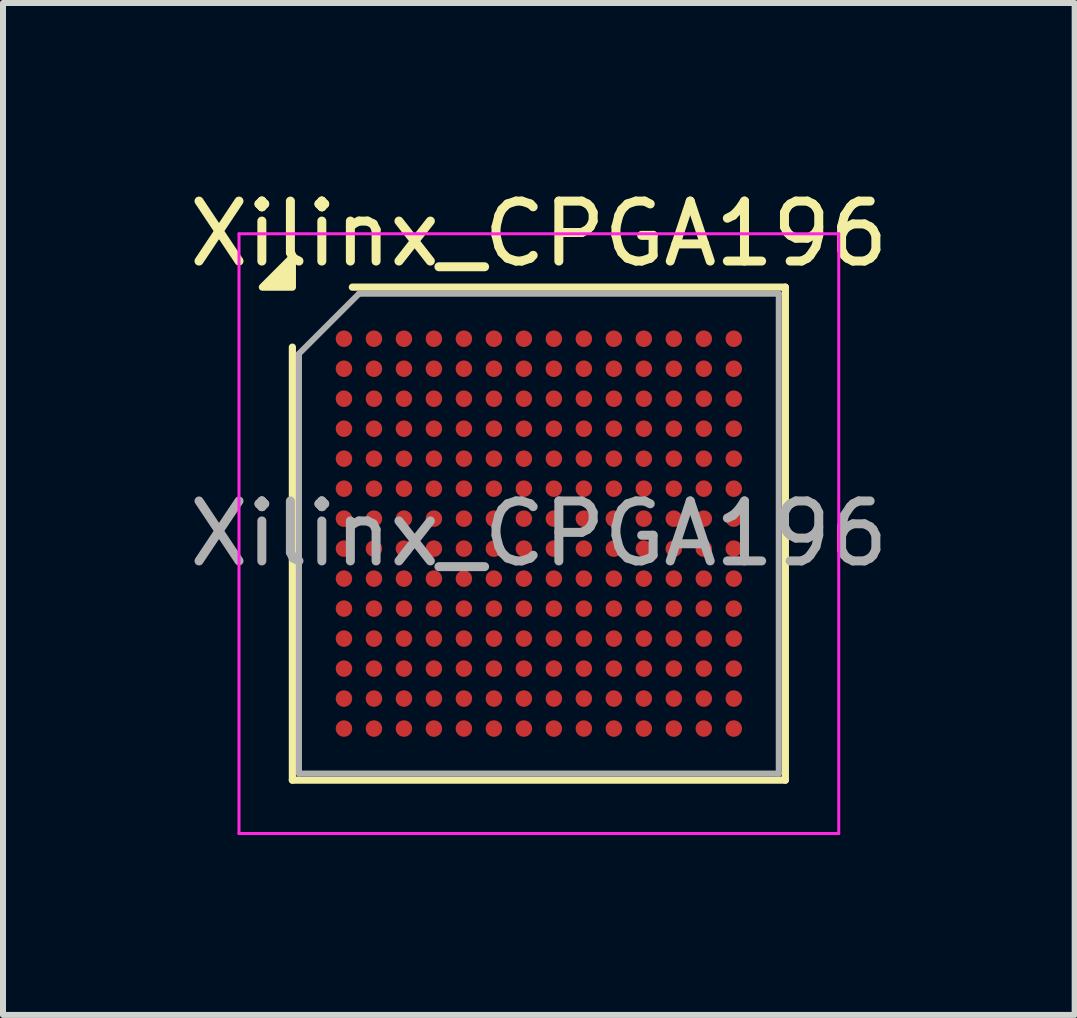
<source format=kicad_pcb>
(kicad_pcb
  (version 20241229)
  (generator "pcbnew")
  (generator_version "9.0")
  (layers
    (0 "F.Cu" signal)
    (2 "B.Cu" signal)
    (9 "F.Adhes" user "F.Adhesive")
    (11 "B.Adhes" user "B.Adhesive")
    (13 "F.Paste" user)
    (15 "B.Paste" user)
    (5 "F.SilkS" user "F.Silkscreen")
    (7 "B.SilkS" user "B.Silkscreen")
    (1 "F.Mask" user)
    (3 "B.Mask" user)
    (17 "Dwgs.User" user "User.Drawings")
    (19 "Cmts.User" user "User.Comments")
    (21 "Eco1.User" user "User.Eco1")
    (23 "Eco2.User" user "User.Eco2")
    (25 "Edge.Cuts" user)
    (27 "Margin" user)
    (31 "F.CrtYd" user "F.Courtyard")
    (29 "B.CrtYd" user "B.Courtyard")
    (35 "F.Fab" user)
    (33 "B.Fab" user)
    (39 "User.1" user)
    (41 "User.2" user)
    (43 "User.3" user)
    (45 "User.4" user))
  (footprint "Xilinx_CPGA196"
    (layer "F.Cu")
    (at 5.935 5.848)
    (property "Reference" "Xilinx_CPGA196" (at 0 -5 0) (layer "F.SilkS") (effects (font (size 1 1) (thickness 0.15))))
    (attr smd)
    (fp_line (start -4.11 4.11) (end -4.11 -3.11) (stroke (width 0.12) (type solid)) (layer "F.SilkS"))
    (fp_line (start -3.11 -4.11) (end 4.11 -4.11) (stroke (width 0.12) (type solid)) (layer "F.SilkS"))
    (fp_line (start 4.11 -4.11) (end 4.11 4.11) (stroke (width 0.12) (type solid)) (layer "F.SilkS"))
    (fp_line (start 4.11 4.11) (end -4.11 4.11) (stroke (width 0.12) (type solid)) (layer "F.SilkS"))
    (fp_poly (pts (xy -4.11 -4.11) (xy -4.61 -4.11) (xy -4.11 -4.61) (xy -4.11 -4.11)) (stroke (width 0.12) (type solid)) (fill yes) (layer "F.SilkS"))
    (fp_line (start -5 -5) (end -5 5) (stroke (width 0.05) (type solid)) (layer "F.CrtYd"))
    (fp_line (start -5 5) (end 5 5) (stroke (width 0.05) (type solid)) (layer "F.CrtYd"))
    (fp_line (start 5 -5) (end -5 -5) (stroke (width 0.05) (type solid)) (layer "F.CrtYd"))
    (fp_line (start 5 5) (end 5 -5) (stroke (width 0.05) (type solid)) (layer "F.CrtYd"))
    (fp_line (start -4 -3) (end -3 -4) (stroke (width 0.1) (type solid)) (layer "F.Fab"))
    (fp_line (start -4 4) (end -4 -3) (stroke (width 0.1) (type solid)) (layer "F.Fab"))
    (fp_line (start -3 -4) (end 4 -4) (stroke (width 0.1) (type solid)) (layer "F.Fab"))
    (fp_line (start 4 -4) (end 4 4) (stroke (width 0.1) (type solid)) (layer "F.Fab"))
    (fp_line (start 4 4) (end -4 4) (stroke (width 0.1) (type solid)) (layer "F.Fab"))
    (fp_text user "${REFERENCE}" (at 0 0 0) (layer "F.Fab") (effects (font (size 1 1) (thickness 0.15))))
    (pad "A1" smd circle (at -3.25 -3.25) (size 0.275 0.275) (property pad_prop_bga) (layers "F.Cu" "F.Mask" "F.Paste"))
    (pad "A2" smd circle (at -2.75 -3.25) (size 0.275 0.275) (property pad_prop_bga) (layers "F.Cu" "F.Mask" "F.Paste"))
    (pad "A3" smd circle (at -2.25 -3.25) (size 0.275 0.275) (property pad_prop_bga) (layers "F.Cu" "F.Mask" "F.Paste"))
    (pad "A4" smd circle (at -1.75 -3.25) (size 0.275 0.275) (property pad_prop_bga) (layers "F.Cu" "F.Mask" "F.Paste"))
    (pad "A5" smd circle (at -1.25 -3.25) (size 0.275 0.275) (property pad_prop_bga) (layers "F.Cu" "F.Mask" "F.Paste"))
    (pad "A6" smd circle (at -0.75 -3.25) (size 0.275 0.275) (property pad_prop_bga) (layers "F.Cu" "F.Mask" "F.Paste"))
    (pad "A7" smd circle (at -0.25 -3.25) (size 0.275 0.275) (property pad_prop_bga) (layers "F.Cu" "F.Mask" "F.Paste"))
    (pad "A8" smd circle (at 0.25 -3.25) (size 0.275 0.275) (property pad_prop_bga) (layers "F.Cu" "F.Mask" "F.Paste"))
    (pad "A9" smd circle (at 0.75 -3.25) (size 0.275 0.275) (property pad_prop_bga) (layers "F.Cu" "F.Mask" "F.Paste"))
    (pad "A10" smd circle (at 1.25 -3.25) (size 0.275 0.275) (property pad_prop_bga) (layers "F.Cu" "F.Mask" "F.Paste"))
    (pad "A11" smd circle (at 1.75 -3.25) (size 0.275 0.275) (property pad_prop_bga) (layers "F.Cu" "F.Mask" "F.Paste"))
    (pad "A12" smd circle (at 2.25 -3.25) (size 0.275 0.275) (property pad_prop_bga) (layers "F.Cu" "F.Mask" "F.Paste"))
    (pad "A13" smd circle (at 2.75 -3.25) (size 0.275 0.275) (property pad_prop_bga) (layers "F.Cu" "F.Mask" "F.Paste"))
    (pad "A14" smd circle (at 3.25 -3.25) (size 0.275 0.275) (property pad_prop_bga) (layers "F.Cu" "F.Mask" "F.Paste"))
    (pad "B1" smd circle (at -3.25 -2.75) (size 0.275 0.275) (property pad_prop_bga) (layers "F.Cu" "F.Mask" "F.Paste"))
    (pad "B2" smd circle (at -2.75 -2.75) (size 0.275 0.275) (property pad_prop_bga) (layers "F.Cu" "F.Mask" "F.Paste"))
    (pad "B3" smd circle (at -2.25 -2.75) (size 0.275 0.275) (property pad_prop_bga) (layers "F.Cu" "F.Mask" "F.Paste"))
    (pad "B4" smd circle (at -1.75 -2.75) (size 0.275 0.275) (property pad_prop_bga) (layers "F.Cu" "F.Mask" "F.Paste"))
    (pad "B5" smd circle (at -1.25 -2.75) (size 0.275 0.275) (property pad_prop_bga) (layers "F.Cu" "F.Mask" "F.Paste"))
    (pad "B6" smd circle (at -0.75 -2.75) (size 0.275 0.275) (property pad_prop_bga) (layers "F.Cu" "F.Mask" "F.Paste"))
    (pad "B7" smd circle (at -0.25 -2.75) (size 0.275 0.275) (property pad_prop_bga) (layers "F.Cu" "F.Mask" "F.Paste"))
    (pad "B8" smd circle (at 0.25 -2.75) (size 0.275 0.275) (property pad_prop_bga) (layers "F.Cu" "F.Mask" "F.Paste"))
    (pad "B9" smd circle (at 0.75 -2.75) (size 0.275 0.275) (property pad_prop_bga) (layers "F.Cu" "F.Mask" "F.Paste"))
    (pad "B10" smd circle (at 1.25 -2.75) (size 0.275 0.275) (property pad_prop_bga) (layers "F.Cu" "F.Mask" "F.Paste"))
    (pad "B11" smd circle (at 1.75 -2.75) (size 0.275 0.275) (property pad_prop_bga) (layers "F.Cu" "F.Mask" "F.Paste"))
    (pad "B12" smd circle (at 2.25 -2.75) (size 0.275 0.275) (property pad_prop_bga) (layers "F.Cu" "F.Mask" "F.Paste"))
    (pad "B13" smd circle (at 2.75 -2.75) (size 0.275 0.275) (property pad_prop_bga) (layers "F.Cu" "F.Mask" "F.Paste"))
    (pad "B14" smd circle (at 3.25 -2.75) (size 0.275 0.275) (property pad_prop_bga) (layers "F.Cu" "F.Mask" "F.Paste"))
    (pad "C1" smd circle (at -3.25 -2.25) (size 0.275 0.275) (property pad_prop_bga) (layers "F.Cu" "F.Mask" "F.Paste"))
    (pad "C2" smd circle (at -2.75 -2.25) (size 0.275 0.275) (property pad_prop_bga) (layers "F.Cu" "F.Mask" "F.Paste"))
    (pad "C3" smd circle (at -2.25 -2.25) (size 0.275 0.275) (property pad_prop_bga) (layers "F.Cu" "F.Mask" "F.Paste"))
    (pad "C4" smd circle (at -1.75 -2.25) (size 0.275 0.275) (property pad_prop_bga) (layers "F.Cu" "F.Mask" "F.Paste"))
    (pad "C5" smd circle (at -1.25 -2.25) (size 0.275 0.275) (property pad_prop_bga) (layers "F.Cu" "F.Mask" "F.Paste"))
    (pad "C6" smd circle (at -0.75 -2.25) (size 0.275 0.275) (property pad_prop_bga) (layers "F.Cu" "F.Mask" "F.Paste"))
    (pad "C7" smd circle (at -0.25 -2.25) (size 0.275 0.275) (property pad_prop_bga) (layers "F.Cu" "F.Mask" "F.Paste"))
    (pad "C8" smd circle (at 0.25 -2.25) (size 0.275 0.275) (property pad_prop_bga) (layers "F.Cu" "F.Mask" "F.Paste"))
    (pad "C9" smd circle (at 0.75 -2.25) (size 0.275 0.275) (property pad_prop_bga) (layers "F.Cu" "F.Mask" "F.Paste"))
    (pad "C10" smd circle (at 1.25 -2.25) (size 0.275 0.275) (property pad_prop_bga) (layers "F.Cu" "F.Mask" "F.Paste"))
    (pad "C11" smd circle (at 1.75 -2.25) (size 0.275 0.275) (property pad_prop_bga) (layers "F.Cu" "F.Mask" "F.Paste"))
    (pad "C12" smd circle (at 2.25 -2.25) (size 0.275 0.275) (property pad_prop_bga) (layers "F.Cu" "F.Mask" "F.Paste"))
    (pad "C13" smd circle (at 2.75 -2.25) (size 0.275 0.275) (property pad_prop_bga) (layers "F.Cu" "F.Mask" "F.Paste"))
    (pad "C14" smd circle (at 3.25 -2.25) (size 0.275 0.275) (property pad_prop_bga) (layers "F.Cu" "F.Mask" "F.Paste"))
    (pad "D1" smd circle (at -3.25 -1.75) (size 0.275 0.275) (property pad_prop_bga) (layers "F.Cu" "F.Mask" "F.Paste"))
    (pad "D2" smd circle (at -2.75 -1.75) (size 0.275 0.275) (property pad_prop_bga) (layers "F.Cu" "F.Mask" "F.Paste"))
    (pad "D3" smd circle (at -2.25 -1.75) (size 0.275 0.275) (property pad_prop_bga) (layers "F.Cu" "F.Mask" "F.Paste"))
    (pad "D4" smd circle (at -1.75 -1.75) (size 0.275 0.275) (property pad_prop_bga) (layers "F.Cu" "F.Mask" "F.Paste"))
    (pad "D5" smd circle (at -1.25 -1.75) (size 0.275 0.275) (property pad_prop_bga) (layers "F.Cu" "F.Mask" "F.Paste"))
    (pad "D6" smd circle (at -0.75 -1.75) (size 0.275 0.275) (property pad_prop_bga) (layers "F.Cu" "F.Mask" "F.Paste"))
    (pad "D7" smd circle (at -0.25 -1.75) (size 0.275 0.275) (property pad_prop_bga) (layers "F.Cu" "F.Mask" "F.Paste"))
    (pad "D8" smd circle (at 0.25 -1.75) (size 0.275 0.275) (property pad_prop_bga) (layers "F.Cu" "F.Mask" "F.Paste"))
    (pad "D9" smd circle (at 0.75 -1.75) (size 0.275 0.275) (property pad_prop_bga) (layers "F.Cu" "F.Mask" "F.Paste"))
    (pad "D10" smd circle (at 1.25 -1.75) (size 0.275 0.275) (property pad_prop_bga) (layers "F.Cu" "F.Mask" "F.Paste"))
    (pad "D11" smd circle (at 1.75 -1.75) (size 0.275 0.275) (property pad_prop_bga) (layers "F.Cu" "F.Mask" "F.Paste"))
    (pad "D12" smd circle (at 2.25 -1.75) (size 0.275 0.275) (property pad_prop_bga) (layers "F.Cu" "F.Mask" "F.Paste"))
    (pad "D13" smd circle (at 2.75 -1.75) (size 0.275 0.275) (property pad_prop_bga) (layers "F.Cu" "F.Mask" "F.Paste"))
    (pad "D14" smd circle (at 3.25 -1.75) (size 0.275 0.275) (property pad_prop_bga) (layers "F.Cu" "F.Mask" "F.Paste"))
    (pad "E1" smd circle (at -3.25 -1.25) (size 0.275 0.275) (property pad_prop_bga) (layers "F.Cu" "F.Mask" "F.Paste"))
    (pad "E2" smd circle (at -2.75 -1.25) (size 0.275 0.275) (property pad_prop_bga) (layers "F.Cu" "F.Mask" "F.Paste"))
    (pad "E3" smd circle (at -2.25 -1.25) (size 0.275 0.275) (property pad_prop_bga) (layers "F.Cu" "F.Mask" "F.Paste"))
    (pad "E4" smd circle (at -1.75 -1.25) (size 0.275 0.275) (property pad_prop_bga) (layers "F.Cu" "F.Mask" "F.Paste"))
    (pad "E5" smd circle (at -1.25 -1.25) (size 0.275 0.275) (property pad_prop_bga) (layers "F.Cu" "F.Mask" "F.Paste"))
    (pad "E6" smd circle (at -0.75 -1.25) (size 0.275 0.275) (property pad_prop_bga) (layers "F.Cu" "F.Mask" "F.Paste"))
    (pad "E7" smd circle (at -0.25 -1.25) (size 0.275 0.275) (property pad_prop_bga) (layers "F.Cu" "F.Mask" "F.Paste"))
    (pad "E8" smd circle (at 0.25 -1.25) (size 0.275 0.275) (property pad_prop_bga) (layers "F.Cu" "F.Mask" "F.Paste"))
    (pad "E9" smd circle (at 0.75 -1.25) (size 0.275 0.275) (property pad_prop_bga) (layers "F.Cu" "F.Mask" "F.Paste"))
    (pad "E10" smd circle (at 1.25 -1.25) (size 0.275 0.275) (property pad_prop_bga) (layers "F.Cu" "F.Mask" "F.Paste"))
    (pad "E11" smd circle (at 1.75 -1.25) (size 0.275 0.275) (property pad_prop_bga) (layers "F.Cu" "F.Mask" "F.Paste"))
    (pad "E12" smd circle (at 2.25 -1.25) (size 0.275 0.275) (property pad_prop_bga) (layers "F.Cu" "F.Mask" "F.Paste"))
    (pad "E13" smd circle (at 2.75 -1.25) (size 0.275 0.275) (property pad_prop_bga) (layers "F.Cu" "F.Mask" "F.Paste"))
    (pad "E14" smd circle (at 3.25 -1.25) (size 0.275 0.275) (property pad_prop_bga) (layers "F.Cu" "F.Mask" "F.Paste"))
    (pad "F1" smd circle (at -3.25 -0.75) (size 0.275 0.275) (property pad_prop_bga) (layers "F.Cu" "F.Mask" "F.Paste"))
    (pad "F2" smd circle (at -2.75 -0.75) (size 0.275 0.275) (property pad_prop_bga) (layers "F.Cu" "F.Mask" "F.Paste"))
    (pad "F3" smd circle (at -2.25 -0.75) (size 0.275 0.275) (property pad_prop_bga) (layers "F.Cu" "F.Mask" "F.Paste"))
    (pad "F4" smd circle (at -1.75 -0.75) (size 0.275 0.275) (property pad_prop_bga) (layers "F.Cu" "F.Mask" "F.Paste"))
    (pad "F5" smd circle (at -1.25 -0.75) (size 0.275 0.275) (property pad_prop_bga) (layers "F.Cu" "F.Mask" "F.Paste"))
    (pad "F6" smd circle (at -0.75 -0.75) (size 0.275 0.275) (property pad_prop_bga) (layers "F.Cu" "F.Mask" "F.Paste"))
    (pad "F7" smd circle (at -0.25 -0.75) (size 0.275 0.275) (property pad_prop_bga) (layers "F.Cu" "F.Mask" "F.Paste"))
    (pad "F8" smd circle (at 0.25 -0.75) (size 0.275 0.275) (property pad_prop_bga) (layers "F.Cu" "F.Mask" "F.Paste"))
    (pad "F9" smd circle (at 0.75 -0.75) (size 0.275 0.275) (property pad_prop_bga) (layers "F.Cu" "F.Mask" "F.Paste"))
    (pad "F10" smd circle (at 1.25 -0.75) (size 0.275 0.275) (property pad_prop_bga) (layers "F.Cu" "F.Mask" "F.Paste"))
    (pad "F11" smd circle (at 1.75 -0.75) (size 0.275 0.275) (property pad_prop_bga) (layers "F.Cu" "F.Mask" "F.Paste"))
    (pad "F12" smd circle (at 2.25 -0.75) (size 0.275 0.275) (property pad_prop_bga) (layers "F.Cu" "F.Mask" "F.Paste"))
    (pad "F13" smd circle (at 2.75 -0.75) (size 0.275 0.275) (property pad_prop_bga) (layers "F.Cu" "F.Mask" "F.Paste"))
    (pad "F14" smd circle (at 3.25 -0.75) (size 0.275 0.275) (property pad_prop_bga) (layers "F.Cu" "F.Mask" "F.Paste"))
    (pad "G1" smd circle (at -3.25 -0.25) (size 0.275 0.275) (property pad_prop_bga) (layers "F.Cu" "F.Mask" "F.Paste"))
    (pad "G2" smd circle (at -2.75 -0.25) (size 0.275 0.275) (property pad_prop_bga) (layers "F.Cu" "F.Mask" "F.Paste"))
    (pad "G3" smd circle (at -2.25 -0.25) (size 0.275 0.275) (property pad_prop_bga) (layers "F.Cu" "F.Mask" "F.Paste"))
    (pad "G4" smd circle (at -1.75 -0.25) (size 0.275 0.275) (property pad_prop_bga) (layers "F.Cu" "F.Mask" "F.Paste"))
    (pad "G5" smd circle (at -1.25 -0.25) (size 0.275 0.275) (property pad_prop_bga) (layers "F.Cu" "F.Mask" "F.Paste"))
    (pad "G6" smd circle (at -0.75 -0.25) (size 0.275 0.275) (property pad_prop_bga) (layers "F.Cu" "F.Mask" "F.Paste"))
    (pad "G7" smd circle (at -0.25 -0.25) (size 0.275 0.275) (property pad_prop_bga) (layers "F.Cu" "F.Mask" "F.Paste"))
    (pad "G8" smd circle (at 0.25 -0.25) (size 0.275 0.275) (property pad_prop_bga) (layers "F.Cu" "F.Mask" "F.Paste"))
    (pad "G9" smd circle (at 0.75 -0.25) (size 0.275 0.275) (property pad_prop_bga) (layers "F.Cu" "F.Mask" "F.Paste"))
    (pad "G10" smd circle (at 1.25 -0.25) (size 0.275 0.275) (property pad_prop_bga) (layers "F.Cu" "F.Mask" "F.Paste"))
    (pad "G11" smd circle (at 1.75 -0.25) (size 0.275 0.275) (property pad_prop_bga) (layers "F.Cu" "F.Mask" "F.Paste"))
    (pad "G12" smd circle (at 2.25 -0.25) (size 0.275 0.275) (property pad_prop_bga) (layers "F.Cu" "F.Mask" "F.Paste"))
    (pad "G13" smd circle (at 2.75 -0.25) (size 0.275 0.275) (property pad_prop_bga) (layers "F.Cu" "F.Mask" "F.Paste"))
    (pad "G14" smd circle (at 3.25 -0.25) (size 0.275 0.275) (property pad_prop_bga) (layers "F.Cu" "F.Mask" "F.Paste"))
    (pad "H1" smd circle (at -3.25 0.25) (size 0.275 0.275) (property pad_prop_bga) (layers "F.Cu" "F.Mask" "F.Paste"))
    (pad "H2" smd circle (at -2.75 0.25) (size 0.275 0.275) (property pad_prop_bga) (layers "F.Cu" "F.Mask" "F.Paste"))
    (pad "H3" smd circle (at -2.25 0.25) (size 0.275 0.275) (property pad_prop_bga) (layers "F.Cu" "F.Mask" "F.Paste"))
    (pad "H4" smd circle (at -1.75 0.25) (size 0.275 0.275) (property pad_prop_bga) (layers "F.Cu" "F.Mask" "F.Paste"))
    (pad "H5" smd circle (at -1.25 0.25) (size 0.275 0.275) (property pad_prop_bga) (layers "F.Cu" "F.Mask" "F.Paste"))
    (pad "H6" smd circle (at -0.75 0.25) (size 0.275 0.275) (property pad_prop_bga) (layers "F.Cu" "F.Mask" "F.Paste"))
    (pad "H7" smd circle (at -0.25 0.25) (size 0.275 0.275) (property pad_prop_bga) (layers "F.Cu" "F.Mask" "F.Paste"))
    (pad "H8" smd circle (at 0.25 0.25) (size 0.275 0.275) (property pad_prop_bga) (layers "F.Cu" "F.Mask" "F.Paste"))
    (pad "H9" smd circle (at 0.75 0.25) (size 0.275 0.275) (property pad_prop_bga) (layers "F.Cu" "F.Mask" "F.Paste"))
    (pad "H10" smd circle (at 1.25 0.25) (size 0.275 0.275) (property pad_prop_bga) (layers "F.Cu" "F.Mask" "F.Paste"))
    (pad "H11" smd circle (at 1.75 0.25) (size 0.275 0.275) (property pad_prop_bga) (layers "F.Cu" "F.Mask" "F.Paste"))
    (pad "H12" smd circle (at 2.25 0.25) (size 0.275 0.275) (property pad_prop_bga) (layers "F.Cu" "F.Mask" "F.Paste"))
    (pad "H13" smd circle (at 2.75 0.25) (size 0.275 0.275) (property pad_prop_bga) (layers "F.Cu" "F.Mask" "F.Paste"))
    (pad "H14" smd circle (at 3.25 0.25) (size 0.275 0.275) (property pad_prop_bga) (layers "F.Cu" "F.Mask" "F.Paste"))
    (pad "J1" smd circle (at -3.25 0.75) (size 0.275 0.275) (property pad_prop_bga) (layers "F.Cu" "F.Mask" "F.Paste"))
    (pad "J2" smd circle (at -2.75 0.75) (size 0.275 0.275) (property pad_prop_bga) (layers "F.Cu" "F.Mask" "F.Paste"))
    (pad "J3" smd circle (at -2.25 0.75) (size 0.275 0.275) (property pad_prop_bga) (layers "F.Cu" "F.Mask" "F.Paste"))
    (pad "J4" smd circle (at -1.75 0.75) (size 0.275 0.275) (property pad_prop_bga) (layers "F.Cu" "F.Mask" "F.Paste"))
    (pad "J5" smd circle (at -1.25 0.75) (size 0.275 0.275) (property pad_prop_bga) (layers "F.Cu" "F.Mask" "F.Paste"))
    (pad "J6" smd circle (at -0.75 0.75) (size 0.275 0.275) (property pad_prop_bga) (layers "F.Cu" "F.Mask" "F.Paste"))
    (pad "J7" smd circle (at -0.25 0.75) (size 0.275 0.275) (property pad_prop_bga) (layers "F.Cu" "F.Mask" "F.Paste"))
    (pad "J8" smd circle (at 0.25 0.75) (size 0.275 0.275) (property pad_prop_bga) (layers "F.Cu" "F.Mask" "F.Paste"))
    (pad "J9" smd circle (at 0.75 0.75) (size 0.275 0.275) (property pad_prop_bga) (layers "F.Cu" "F.Mask" "F.Paste"))
    (pad "J10" smd circle (at 1.25 0.75) (size 0.275 0.275) (property pad_prop_bga) (layers "F.Cu" "F.Mask" "F.Paste"))
    (pad "J11" smd circle (at 1.75 0.75) (size 0.275 0.275) (property pad_prop_bga) (layers "F.Cu" "F.Mask" "F.Paste"))
    (pad "J12" smd circle (at 2.25 0.75) (size 0.275 0.275) (property pad_prop_bga) (layers "F.Cu" "F.Mask" "F.Paste"))
    (pad "J13" smd circle (at 2.75 0.75) (size 0.275 0.275) (property pad_prop_bga) (layers "F.Cu" "F.Mask" "F.Paste"))
    (pad "J14" smd circle (at 3.25 0.75) (size 0.275 0.275) (property pad_prop_bga) (layers "F.Cu" "F.Mask" "F.Paste"))
    (pad "K1" smd circle (at -3.25 1.25) (size 0.275 0.275) (property pad_prop_bga) (layers "F.Cu" "F.Mask" "F.Paste"))
    (pad "K2" smd circle (at -2.75 1.25) (size 0.275 0.275) (property pad_prop_bga) (layers "F.Cu" "F.Mask" "F.Paste"))
    (pad "K3" smd circle (at -2.25 1.25) (size 0.275 0.275) (property pad_prop_bga) (layers "F.Cu" "F.Mask" "F.Paste"))
    (pad "K4" smd circle (at -1.75 1.25) (size 0.275 0.275) (property pad_prop_bga) (layers "F.Cu" "F.Mask" "F.Paste"))
    (pad "K5" smd circle (at -1.25 1.25) (size 0.275 0.275) (property pad_prop_bga) (layers "F.Cu" "F.Mask" "F.Paste"))
    (pad "K6" smd circle (at -0.75 1.25) (size 0.275 0.275) (property pad_prop_bga) (layers "F.Cu" "F.Mask" "F.Paste"))
    (pad "K7" smd circle (at -0.25 1.25) (size 0.275 0.275) (property pad_prop_bga) (layers "F.Cu" "F.Mask" "F.Paste"))
    (pad "K8" smd circle (at 0.25 1.25) (size 0.275 0.275) (property pad_prop_bga) (layers "F.Cu" "F.Mask" "F.Paste"))
    (pad "K9" smd circle (at 0.75 1.25) (size 0.275 0.275) (property pad_prop_bga) (layers "F.Cu" "F.Mask" "F.Paste"))
    (pad "K10" smd circle (at 1.25 1.25) (size 0.275 0.275) (property pad_prop_bga) (layers "F.Cu" "F.Mask" "F.Paste"))
    (pad "K11" smd circle (at 1.75 1.25) (size 0.275 0.275) (property pad_prop_bga) (layers "F.Cu" "F.Mask" "F.Paste"))
    (pad "K12" smd circle (at 2.25 1.25) (size 0.275 0.275) (property pad_prop_bga) (layers "F.Cu" "F.Mask" "F.Paste"))
    (pad "K13" smd circle (at 2.75 1.25) (size 0.275 0.275) (property pad_prop_bga) (layers "F.Cu" "F.Mask" "F.Paste"))
    (pad "K14" smd circle (at 3.25 1.25) (size 0.275 0.275) (property pad_prop_bga) (layers "F.Cu" "F.Mask" "F.Paste"))
    (pad "L1" smd circle (at -3.25 1.75) (size 0.275 0.275) (property pad_prop_bga) (layers "F.Cu" "F.Mask" "F.Paste"))
    (pad "L2" smd circle (at -2.75 1.75) (size 0.275 0.275) (property pad_prop_bga) (layers "F.Cu" "F.Mask" "F.Paste"))
    (pad "L3" smd circle (at -2.25 1.75) (size 0.275 0.275) (property pad_prop_bga) (layers "F.Cu" "F.Mask" "F.Paste"))
    (pad "L4" smd circle (at -1.75 1.75) (size 0.275 0.275) (property pad_prop_bga) (layers "F.Cu" "F.Mask" "F.Paste"))
    (pad "L5" smd circle (at -1.25 1.75) (size 0.275 0.275) (property pad_prop_bga) (layers "F.Cu" "F.Mask" "F.Paste"))
    (pad "L6" smd circle (at -0.75 1.75) (size 0.275 0.275) (property pad_prop_bga) (layers "F.Cu" "F.Mask" "F.Paste"))
    (pad "L7" smd circle (at -0.25 1.75) (size 0.275 0.275) (property pad_prop_bga) (layers "F.Cu" "F.Mask" "F.Paste"))
    (pad "L8" smd circle (at 0.25 1.75) (size 0.275 0.275) (property pad_prop_bga) (layers "F.Cu" "F.Mask" "F.Paste"))
    (pad "L9" smd circle (at 0.75 1.75) (size 0.275 0.275) (property pad_prop_bga) (layers "F.Cu" "F.Mask" "F.Paste"))
    (pad "L10" smd circle (at 1.25 1.75) (size 0.275 0.275) (property pad_prop_bga) (layers "F.Cu" "F.Mask" "F.Paste"))
    (pad "L11" smd circle (at 1.75 1.75) (size 0.275 0.275) (property pad_prop_bga) (layers "F.Cu" "F.Mask" "F.Paste"))
    (pad "L12" smd circle (at 2.25 1.75) (size 0.275 0.275) (property pad_prop_bga) (layers "F.Cu" "F.Mask" "F.Paste"))
    (pad "L13" smd circle (at 2.75 1.75) (size 0.275 0.275) (property pad_prop_bga) (layers "F.Cu" "F.Mask" "F.Paste"))
    (pad "L14" smd circle (at 3.25 1.75) (size 0.275 0.275) (property pad_prop_bga) (layers "F.Cu" "F.Mask" "F.Paste"))
    (pad "M1" smd circle (at -3.25 2.25) (size 0.275 0.275) (property pad_prop_bga) (layers "F.Cu" "F.Mask" "F.Paste"))
    (pad "M2" smd circle (at -2.75 2.25) (size 0.275 0.275) (property pad_prop_bga) (layers "F.Cu" "F.Mask" "F.Paste"))
    (pad "M3" smd circle (at -2.25 2.25) (size 0.275 0.275) (property pad_prop_bga) (layers "F.Cu" "F.Mask" "F.Paste"))
    (pad "M4" smd circle (at -1.75 2.25) (size 0.275 0.275) (property pad_prop_bga) (layers "F.Cu" "F.Mask" "F.Paste"))
    (pad "M5" smd circle (at -1.25 2.25) (size 0.275 0.275) (property pad_prop_bga) (layers "F.Cu" "F.Mask" "F.Paste"))
    (pad "M6" smd circle (at -0.75 2.25) (size 0.275 0.275) (property pad_prop_bga) (layers "F.Cu" "F.Mask" "F.Paste"))
    (pad "M7" smd circle (at -0.25 2.25) (size 0.275 0.275) (property pad_prop_bga) (layers "F.Cu" "F.Mask" "F.Paste"))
    (pad "M8" smd circle (at 0.25 2.25) (size 0.275 0.275) (property pad_prop_bga) (layers "F.Cu" "F.Mask" "F.Paste"))
    (pad "M9" smd circle (at 0.75 2.25) (size 0.275 0.275) (property pad_prop_bga) (layers "F.Cu" "F.Mask" "F.Paste"))
    (pad "M10" smd circle (at 1.25 2.25) (size 0.275 0.275) (property pad_prop_bga) (layers "F.Cu" "F.Mask" "F.Paste"))
    (pad "M11" smd circle (at 1.75 2.25) (size 0.275 0.275) (property pad_prop_bga) (layers "F.Cu" "F.Mask" "F.Paste"))
    (pad "M12" smd circle (at 2.25 2.25) (size 0.275 0.275) (property pad_prop_bga) (layers "F.Cu" "F.Mask" "F.Paste"))
    (pad "M13" smd circle (at 2.75 2.25) (size 0.275 0.275) (property pad_prop_bga) (layers "F.Cu" "F.Mask" "F.Paste"))
    (pad "M14" smd circle (at 3.25 2.25) (size 0.275 0.275) (property pad_prop_bga) (layers "F.Cu" "F.Mask" "F.Paste"))
    (pad "N1" smd circle (at -3.25 2.75) (size 0.275 0.275) (property pad_prop_bga) (layers "F.Cu" "F.Mask" "F.Paste"))
    (pad "N2" smd circle (at -2.75 2.75) (size 0.275 0.275) (property pad_prop_bga) (layers "F.Cu" "F.Mask" "F.Paste"))
    (pad "N3" smd circle (at -2.25 2.75) (size 0.275 0.275) (property pad_prop_bga) (layers "F.Cu" "F.Mask" "F.Paste"))
    (pad "N4" smd circle (at -1.75 2.75) (size 0.275 0.275) (property pad_prop_bga) (layers "F.Cu" "F.Mask" "F.Paste"))
    (pad "N5" smd circle (at -1.25 2.75) (size 0.275 0.275) (property pad_prop_bga) (layers "F.Cu" "F.Mask" "F.Paste"))
    (pad "N6" smd circle (at -0.75 2.75) (size 0.275 0.275) (property pad_prop_bga) (layers "F.Cu" "F.Mask" "F.Paste"))
    (pad "N7" smd circle (at -0.25 2.75) (size 0.275 0.275) (property pad_prop_bga) (layers "F.Cu" "F.Mask" "F.Paste"))
    (pad "N8" smd circle (at 0.25 2.75) (size 0.275 0.275) (property pad_prop_bga) (layers "F.Cu" "F.Mask" "F.Paste"))
    (pad "N9" smd circle (at 0.75 2.75) (size 0.275 0.275) (property pad_prop_bga) (layers "F.Cu" "F.Mask" "F.Paste"))
    (pad "N10" smd circle (at 1.25 2.75) (size 0.275 0.275) (property pad_prop_bga) (layers "F.Cu" "F.Mask" "F.Paste"))
    (pad "N11" smd circle (at 1.75 2.75) (size 0.275 0.275) (property pad_prop_bga) (layers "F.Cu" "F.Mask" "F.Paste"))
    (pad "N12" smd circle (at 2.25 2.75) (size 0.275 0.275) (property pad_prop_bga) (layers "F.Cu" "F.Mask" "F.Paste"))
    (pad "N13" smd circle (at 2.75 2.75) (size 0.275 0.275) (property pad_prop_bga) (layers "F.Cu" "F.Mask" "F.Paste"))
    (pad "N14" smd circle (at 3.25 2.75) (size 0.275 0.275) (property pad_prop_bga) (layers "F.Cu" "F.Mask" "F.Paste"))
    (pad "P1" smd circle (at -3.25 3.25) (size 0.275 0.275) (property pad_prop_bga) (layers "F.Cu" "F.Mask" "F.Paste"))
    (pad "P2" smd circle (at -2.75 3.25) (size 0.275 0.275) (property pad_prop_bga) (layers "F.Cu" "F.Mask" "F.Paste"))
    (pad "P3" smd circle (at -2.25 3.25) (size 0.275 0.275) (property pad_prop_bga) (layers "F.Cu" "F.Mask" "F.Paste"))
    (pad "P4" smd circle (at -1.75 3.25) (size 0.275 0.275) (property pad_prop_bga) (layers "F.Cu" "F.Mask" "F.Paste"))
    (pad "P5" smd circle (at -1.25 3.25) (size 0.275 0.275) (property pad_prop_bga) (layers "F.Cu" "F.Mask" "F.Paste"))
    (pad "P6" smd circle (at -0.75 3.25) (size 0.275 0.275) (property pad_prop_bga) (layers "F.Cu" "F.Mask" "F.Paste"))
    (pad "P7" smd circle (at -0.25 3.25) (size 0.275 0.275) (property pad_prop_bga) (layers "F.Cu" "F.Mask" "F.Paste"))
    (pad "P8" smd circle (at 0.25 3.25) (size 0.275 0.275) (property pad_prop_bga) (layers "F.Cu" "F.Mask" "F.Paste"))
    (pad "P9" smd circle (at 0.75 3.25) (size 0.275 0.275) (property pad_prop_bga) (layers "F.Cu" "F.Mask" "F.Paste"))
    (pad "P10" smd circle (at 1.25 3.25) (size 0.275 0.275) (property pad_prop_bga) (layers "F.Cu" "F.Mask" "F.Paste"))
    (pad "P11" smd circle (at 1.75 3.25) (size 0.275 0.275) (property pad_prop_bga) (layers "F.Cu" "F.Mask" "F.Paste"))
    (pad "P12" smd circle (at 2.25 3.25) (size 0.275 0.275) (property pad_prop_bga) (layers "F.Cu" "F.Mask" "F.Paste"))
    (pad "P13" smd circle (at 2.75 3.25) (size 0.275 0.275) (property pad_prop_bga) (layers "F.Cu" "F.Mask" "F.Paste"))
    (pad "P14" smd circle (at 3.25 3.25) (size 0.275 0.275) (property pad_prop_bga) (layers "F.Cu" "F.Mask" "F.Paste")))
  (gr_rect
    (start -3 -3)
    (end 14.869 13.873)
    (stroke (width 0.1) (type default))
    (fill no)
    (layer "Edge.Cuts")))
</source>
